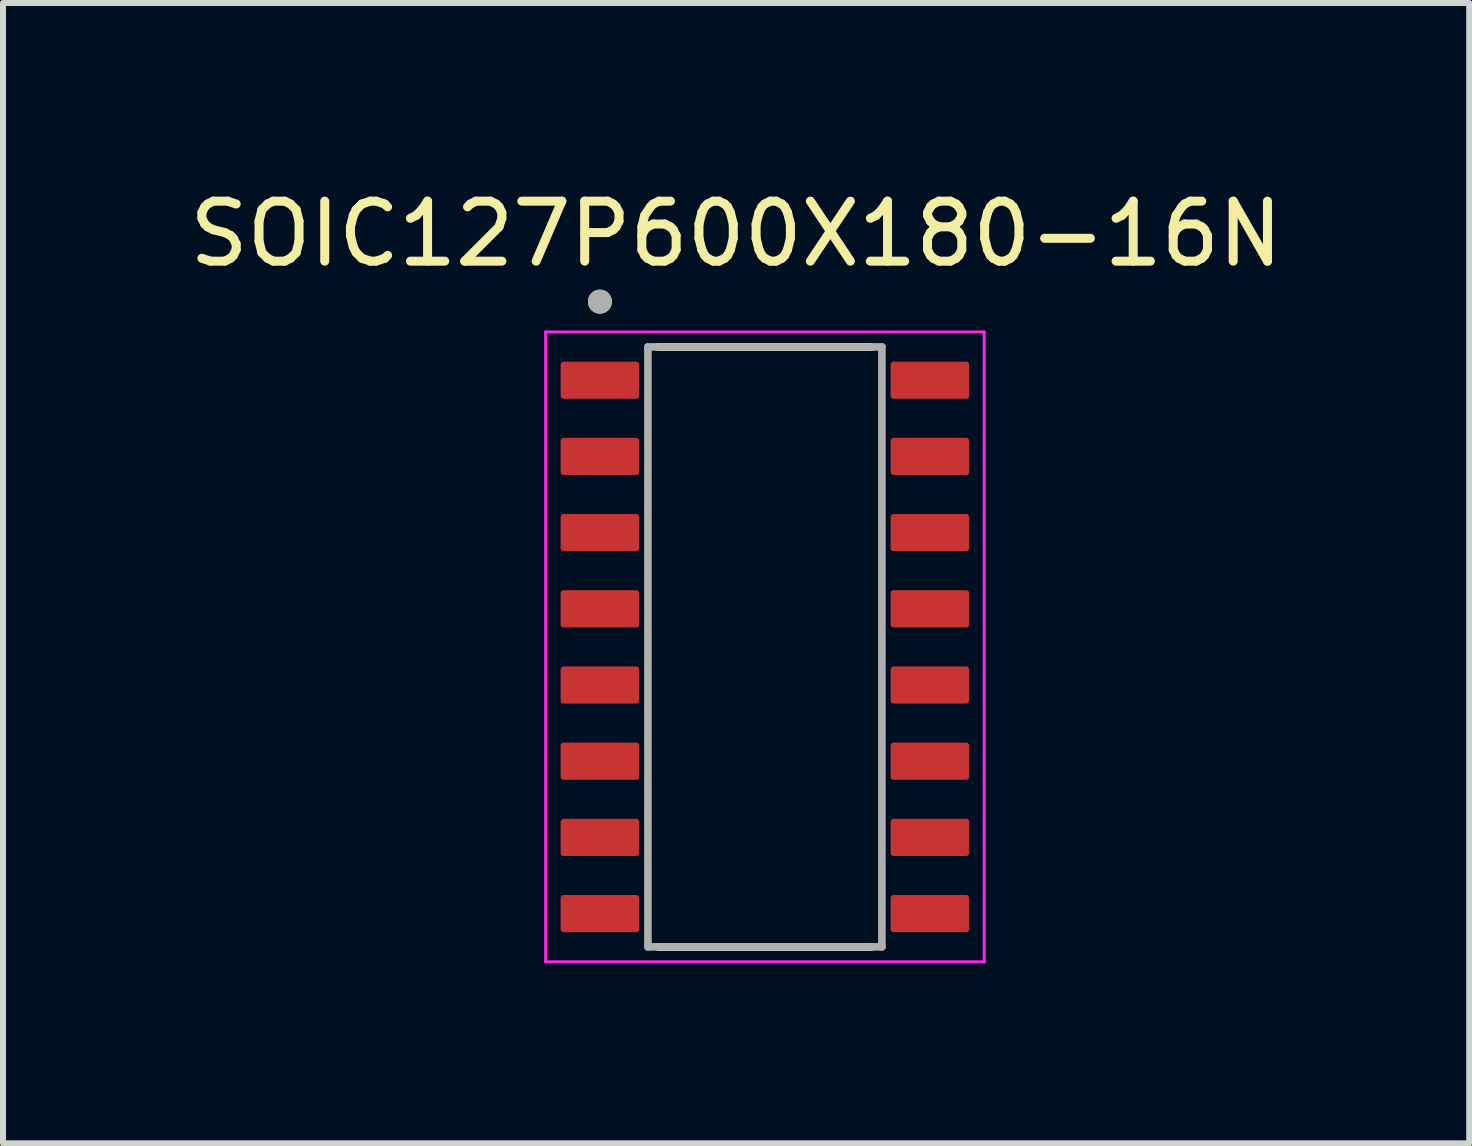
<source format=kicad_pcb>
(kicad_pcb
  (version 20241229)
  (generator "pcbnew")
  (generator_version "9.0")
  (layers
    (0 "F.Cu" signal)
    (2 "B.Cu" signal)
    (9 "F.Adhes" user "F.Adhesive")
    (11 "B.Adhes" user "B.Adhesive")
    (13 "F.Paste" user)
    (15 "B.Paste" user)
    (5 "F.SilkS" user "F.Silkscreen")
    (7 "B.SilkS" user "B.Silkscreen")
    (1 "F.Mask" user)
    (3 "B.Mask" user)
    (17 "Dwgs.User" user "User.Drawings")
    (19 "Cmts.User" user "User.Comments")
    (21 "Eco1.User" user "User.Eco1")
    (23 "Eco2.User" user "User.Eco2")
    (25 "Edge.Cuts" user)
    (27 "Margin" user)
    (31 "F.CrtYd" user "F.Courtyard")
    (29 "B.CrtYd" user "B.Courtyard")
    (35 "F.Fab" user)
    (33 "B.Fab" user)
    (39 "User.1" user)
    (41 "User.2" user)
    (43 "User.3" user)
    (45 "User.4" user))
  (footprint "SOIC127P600X180-16N"
    (layer "F.Cu")
    (at 9.7 7.733)
    (property "Reference" "SOIC127P600X180-16N" (at -0.48 -6.885 0) (layer "F.SilkS") (effects (font (size 1 1) (thickness 0.15))))
    (attr through_hole)
    (fp_line (start -1.775 -5) (end 1.775 -5) (stroke (width 0.127) (type solid)) (layer "F.SilkS"))
    (fp_line (start -1.775 -5) (end 1.775 -5) (stroke (width 0.127) (type solid)) (layer "F.SilkS"))
    (fp_line (start -1.775 5) (end 1.775 5) (stroke (width 0.127) (type solid)) (layer "F.SilkS"))
    (fp_line (start -1.775 5) (end 1.775 5) (stroke (width 0.127) (type solid)) (layer "F.SilkS"))
    (fp_circle (center -2.75 -5.755) (end -2.65 -5.755) (stroke (width 0.2) (type solid)) (fill no) (layer "F.SilkS"))
    (fp_line (start -3.655 -5.25) (end -3.655 5.25) (stroke (width 0.05) (type solid)) (layer "F.CrtYd"))
    (fp_line (start -3.655 5.25) (end 3.655 5.25) (stroke (width 0.05) (type solid)) (layer "F.CrtYd"))
    (fp_line (start 3.655 -5.25) (end -3.655 -5.25) (stroke (width 0.05) (type solid)) (layer "F.CrtYd"))
    (fp_line (start 3.655 5.25) (end 3.655 -5.25) (stroke (width 0.05) (type solid)) (layer "F.CrtYd"))
    (fp_line (start -1.95 -5) (end -1.95 5) (stroke (width 0.127) (type solid)) (layer "F.Fab"))
    (fp_line (start -1.95 -5) (end 1.95 -5) (stroke (width 0.127) (type solid)) (layer "F.Fab"))
    (fp_line (start -1.95 5) (end 1.95 5) (stroke (width 0.127) (type solid)) (layer "F.Fab"))
    (fp_line (start 1.95 -5) (end 1.95 5) (stroke (width 0.127) (type solid)) (layer "F.Fab"))
    (fp_circle (center -2.75 -5.755) (end -2.65 -5.755) (stroke (width 0.2) (type solid)) (fill no) (layer "F.Fab"))
    (pad "1" smd roundrect (at -2.75 -4.445) (size 1.31 0.62) (layers "F.Cu" "F.Mask" "F.Paste") (roundrect_rratio 0.08))
    (pad "2" smd roundrect (at -2.75 -3.175) (size 1.31 0.62) (layers "F.Cu" "F.Mask" "F.Paste") (roundrect_rratio 0.08))
    (pad "3" smd roundrect (at -2.75 -1.905) (size 1.31 0.62) (layers "F.Cu" "F.Mask" "F.Paste") (roundrect_rratio 0.08))
    (pad "4" smd roundrect (at -2.75 -0.635) (size 1.31 0.62) (layers "F.Cu" "F.Mask" "F.Paste") (roundrect_rratio 0.08))
    (pad "5" smd roundrect (at -2.75 0.635) (size 1.31 0.62) (layers "F.Cu" "F.Mask" "F.Paste") (roundrect_rratio 0.08))
    (pad "6" smd roundrect (at -2.75 1.905) (size 1.31 0.62) (layers "F.Cu" "F.Mask" "F.Paste") (roundrect_rratio 0.08))
    (pad "7" smd roundrect (at -2.75 3.175) (size 1.31 0.62) (layers "F.Cu" "F.Mask" "F.Paste") (roundrect_rratio 0.08))
    (pad "8" smd roundrect (at -2.75 4.445) (size 1.31 0.62) (layers "F.Cu" "F.Mask" "F.Paste") (roundrect_rratio 0.08))
    (pad "9" smd roundrect (at 2.75 4.445) (size 1.31 0.62) (layers "F.Cu" "F.Mask" "F.Paste") (roundrect_rratio 0.08))
    (pad "10" smd roundrect (at 2.75 3.175) (size 1.31 0.62) (layers "F.Cu" "F.Mask" "F.Paste") (roundrect_rratio 0.08))
    (pad "11" smd roundrect (at 2.75 1.905) (size 1.31 0.62) (layers "F.Cu" "F.Mask" "F.Paste") (roundrect_rratio 0.08))
    (pad "12" smd roundrect (at 2.75 0.635) (size 1.31 0.62) (layers "F.Cu" "F.Mask" "F.Paste") (roundrect_rratio 0.08))
    (pad "13" smd roundrect (at 2.75 -0.635) (size 1.31 0.62) (layers "F.Cu" "F.Mask" "F.Paste") (roundrect_rratio 0.08))
    (pad "14" smd roundrect (at 2.75 -1.905) (size 1.31 0.62) (layers "F.Cu" "F.Mask" "F.Paste") (roundrect_rratio 0.08))
    (pad "15" smd roundrect (at 2.75 -3.175) (size 1.31 0.62) (layers "F.Cu" "F.Mask" "F.Paste") (roundrect_rratio 0.08))
    (pad "16" smd roundrect (at 2.75 -4.445) (size 1.31 0.62) (layers "F.Cu" "F.Mask" "F.Paste") (roundrect_rratio 0.08)))
  (gr_rect
    (start -3 -3)
    (end 21.44 16.008)
    (stroke (width 0.1) (type default))
    (fill no)
    (layer "Edge.Cuts")))
</source>
